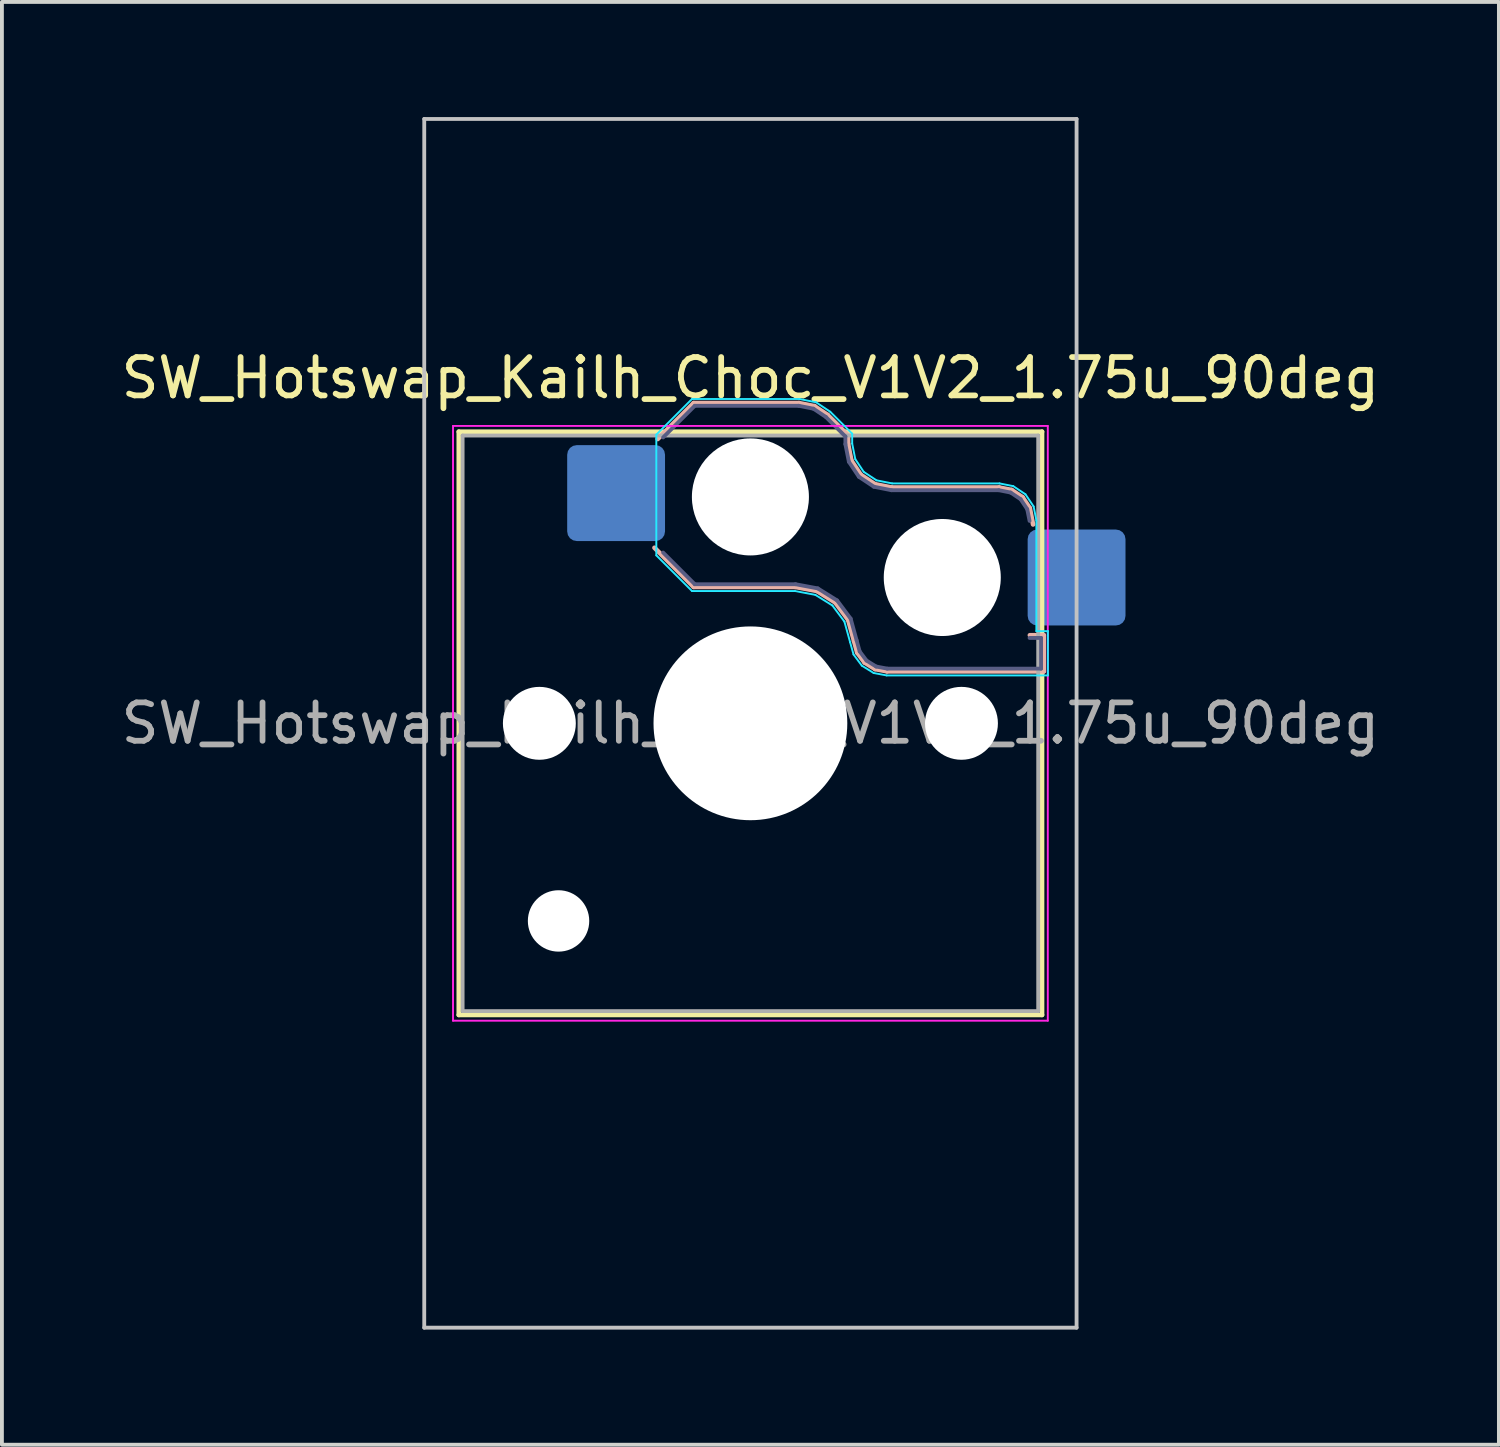
<source format=kicad_pcb>
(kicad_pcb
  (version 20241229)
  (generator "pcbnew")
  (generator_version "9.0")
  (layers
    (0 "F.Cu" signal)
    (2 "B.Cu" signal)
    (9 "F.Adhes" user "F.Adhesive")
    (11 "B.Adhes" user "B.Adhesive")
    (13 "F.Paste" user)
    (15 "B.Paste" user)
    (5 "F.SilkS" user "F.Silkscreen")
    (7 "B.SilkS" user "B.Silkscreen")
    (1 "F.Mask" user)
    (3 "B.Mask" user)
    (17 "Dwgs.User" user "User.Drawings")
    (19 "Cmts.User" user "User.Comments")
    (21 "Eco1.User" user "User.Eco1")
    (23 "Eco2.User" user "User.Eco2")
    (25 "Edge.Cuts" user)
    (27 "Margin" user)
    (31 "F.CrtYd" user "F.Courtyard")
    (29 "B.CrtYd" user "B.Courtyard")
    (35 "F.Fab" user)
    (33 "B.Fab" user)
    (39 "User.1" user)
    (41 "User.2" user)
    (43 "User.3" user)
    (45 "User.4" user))
  (footprint "SW_Hotswap_Kailh_Choc_V1V2_1.75u_90deg"
    (layer "F.Cu")
    (at 16.506 15.8)
    (property "Reference" "SW_Hotswap_Kailh_Choc_V1V2_1.75u_90deg" (at 0 -9 0) (layer "F.SilkS") (effects (font (size 1 1) (thickness 0.15))))
    (attr smd)
    (fp_line (start -7.6 -7.6) (end -7.6 7.6) (stroke (width 0.12) (type solid)) (layer "F.SilkS"))
    (fp_line (start -7.6 7.6) (end 7.6 7.6) (stroke (width 0.12) (type solid)) (layer "F.SilkS"))
    (fp_line (start 7.6 -7.6) (end -7.6 -7.6) (stroke (width 0.12) (type solid)) (layer "F.SilkS"))
    (fp_line (start 7.6 7.6) (end 7.6 -7.6) (stroke (width 0.12) (type solid)) (layer "F.SilkS"))
    (fp_line (start -2.416 -7.409) (end -1.479 -8.346) (stroke (width 0.12) (type solid)) (layer "B.SilkS"))
    (fp_line (start -1.479 -8.346) (end 1.268 -8.346) (stroke (width 0.12) (type solid)) (layer "B.SilkS"))
    (fp_line (start -1.479 -3.554) (end -2.5 -4.575) (stroke (width 0.12) (type solid)) (layer "B.SilkS"))
    (fp_line (start 1.168 -3.554) (end -1.479 -3.554) (stroke (width 0.12) (type solid)) (layer "B.SilkS"))
    (fp_line (start 1.268 -8.346) (end 1.671 -8.266) (stroke (width 0.12) (type solid)) (layer "B.SilkS"))
    (fp_line (start 1.671 -8.266) (end 2.013 -8.037) (stroke (width 0.12) (type solid)) (layer "B.SilkS"))
    (fp_line (start 1.73 -3.449) (end 1.168 -3.554) (stroke (width 0.12) (type solid)) (layer "B.SilkS"))
    (fp_line (start 2.013 -8.037) (end 2.546 -7.504) (stroke (width 0.12) (type solid)) (layer "B.SilkS"))
    (fp_line (start 2.209 -3.15) (end 1.73 -3.449) (stroke (width 0.12) (type solid)) (layer "B.SilkS"))
    (fp_line (start 2.546 -7.504) (end 2.546 -7.282) (stroke (width 0.12) (type solid)) (layer "B.SilkS"))
    (fp_line (start 2.546 -7.282) (end 2.633 -6.844) (stroke (width 0.12) (type solid)) (layer "B.SilkS"))
    (fp_line (start 2.547 -2.697) (end 2.209 -3.15) (stroke (width 0.12) (type solid)) (layer "B.SilkS"))
    (fp_line (start 2.633 -6.844) (end 2.877 -6.477) (stroke (width 0.12) (type solid)) (layer "B.SilkS"))
    (fp_line (start 2.701 -2.139) (end 2.547 -2.697) (stroke (width 0.12) (type solid)) (layer "B.SilkS"))
    (fp_line (start 2.783 -1.841) (end 2.701 -2.139) (stroke (width 0.12) (type solid)) (layer "B.SilkS"))
    (fp_line (start 2.877 -6.477) (end 3.244 -6.233) (stroke (width 0.12) (type solid)) (layer "B.SilkS"))
    (fp_line (start 2.976 -1.583) (end 2.783 -1.841) (stroke (width 0.12) (type solid)) (layer "B.SilkS"))
    (fp_line (start 3.244 -6.233) (end 3.682 -6.146) (stroke (width 0.12) (type solid)) (layer "B.SilkS"))
    (fp_line (start 3.25 -1.413) (end 2.976 -1.583) (stroke (width 0.12) (type solid)) (layer "B.SilkS"))
    (fp_line (start 3.56 -1.354) (end 3.25 -1.413) (stroke (width 0.12) (type solid)) (layer "B.SilkS"))
    (fp_line (start 3.682 -6.146) (end 6.482 -6.146) (stroke (width 0.12) (type solid)) (layer "B.SilkS"))
    (fp_line (start 6.482 -6.146) (end 6.809 -6.081) (stroke (width 0.12) (type solid)) (layer "B.SilkS"))
    (fp_line (start 6.809 -6.081) (end 7.092 -5.892) (stroke (width 0.12) (type solid)) (layer "B.SilkS"))
    (fp_line (start 7.092 -5.892) (end 7.281 -5.609) (stroke (width 0.12) (type solid)) (layer "B.SilkS"))
    (fp_line (start 7.281 -5.609) (end 7.366 -5.182) (stroke (width 0.12) (type solid)) (layer "B.SilkS"))
    (fp_line (start 7.283 -2.296) (end 7.646 -2.296) (stroke (width 0.12) (type solid)) (layer "B.SilkS"))
    (fp_line (start 7.646 -2.296) (end 7.646 -1.354) (stroke (width 0.12) (type solid)) (layer "B.SilkS"))
    (fp_line (start 7.646 -1.354) (end 3.56 -1.354) (stroke (width 0.12) (type solid)) (layer "B.SilkS"))
    (fp_line (start -8.5 -15.75) (end 8.5 -15.75) (stroke (width 0.1) (type solid)) (layer "Dwgs.User"))
    (fp_line (start -8.5 15.75) (end -8.5 -15.75) (stroke (width 0.1) (type solid)) (layer "Dwgs.User"))
    (fp_line (start 8.5 -15.75) (end 8.5 15.75) (stroke (width 0.1) (type solid)) (layer "Dwgs.User"))
    (fp_line (start 8.5 15.75) (end -8.5 15.75) (stroke (width 0.1) (type solid)) (layer "Dwgs.User"))
    (fp_line (start -7.25 -7.25) (end -7.25 7.25) (stroke (width 0.1) (type solid)) (layer "Eco1.User"))
    (fp_line (start -7.25 7.25) (end 7.25 7.25) (stroke (width 0.1) (type solid)) (layer "Eco1.User"))
    (fp_line (start 7.25 -7.25) (end -7.25 -7.25) (stroke (width 0.1) (type solid)) (layer "Eco1.User"))
    (fp_line (start 7.25 7.25) (end 7.25 -7.25) (stroke (width 0.1) (type solid)) (layer "Eco1.User"))
    (fp_line (start -2.452 -7.523) (end -1.523 -8.452) (stroke (width 0.05) (type solid)) (layer "B.CrtYd"))
    (fp_line (start -2.452 -4.377) (end -2.452 -7.523) (stroke (width 0.05) (type solid)) (layer "B.CrtYd"))
    (fp_line (start -1.523 -8.452) (end 1.278 -8.452) (stroke (width 0.05) (type solid)) (layer "B.CrtYd"))
    (fp_line (start -1.523 -3.448) (end -2.452 -4.377) (stroke (width 0.05) (type solid)) (layer "B.CrtYd"))
    (fp_line (start 1.159 -3.448) (end -1.523 -3.448) (stroke (width 0.05) (type solid)) (layer "B.CrtYd"))
    (fp_line (start 1.278 -8.452) (end 1.712 -8.366) (stroke (width 0.05) (type solid)) (layer "B.CrtYd"))
    (fp_line (start 1.691 -3.348) (end 1.159 -3.448) (stroke (width 0.05) (type solid)) (layer "B.CrtYd"))
    (fp_line (start 1.712 -8.366) (end 2.081 -8.119) (stroke (width 0.05) (type solid)) (layer "B.CrtYd"))
    (fp_line (start 2.081 -8.119) (end 2.652 -7.548) (stroke (width 0.05) (type solid)) (layer "B.CrtYd"))
    (fp_line (start 2.136 -3.071) (end 1.691 -3.348) (stroke (width 0.05) (type solid)) (layer "B.CrtYd"))
    (fp_line (start 2.45 -2.65) (end 2.136 -3.071) (stroke (width 0.05) (type solid)) (layer "B.CrtYd"))
    (fp_line (start 2.599 -2.111) (end 2.45 -2.65) (stroke (width 0.05) (type solid)) (layer "B.CrtYd"))
    (fp_line (start 2.652 -7.548) (end 2.652 -7.292) (stroke (width 0.05) (type solid)) (layer "B.CrtYd"))
    (fp_line (start 2.652 -7.292) (end 2.733 -6.885) (stroke (width 0.05) (type solid)) (layer "B.CrtYd"))
    (fp_line (start 2.687 -1.794) (end 2.599 -2.111) (stroke (width 0.05) (type solid)) (layer "B.CrtYd"))
    (fp_line (start 2.733 -6.885) (end 2.953 -6.553) (stroke (width 0.05) (type solid)) (layer "B.CrtYd"))
    (fp_line (start 2.903 -1.503) (end 2.687 -1.794) (stroke (width 0.05) (type solid)) (layer "B.CrtYd"))
    (fp_line (start 2.953 -6.553) (end 3.285 -6.333) (stroke (width 0.05) (type solid)) (layer "B.CrtYd"))
    (fp_line (start 3.211 -1.312) (end 2.903 -1.503) (stroke (width 0.05) (type solid)) (layer "B.CrtYd"))
    (fp_line (start 3.285 -6.333) (end 3.692 -6.252) (stroke (width 0.05) (type solid)) (layer "B.CrtYd"))
    (fp_line (start 3.55 -1.248) (end 3.211 -1.312) (stroke (width 0.05) (type solid)) (layer "B.CrtYd"))
    (fp_line (start 3.692 -6.252) (end 6.492 -6.252) (stroke (width 0.05) (type solid)) (layer "B.CrtYd"))
    (fp_line (start 6.492 -6.252) (end 6.85 -6.181) (stroke (width 0.05) (type solid)) (layer "B.CrtYd"))
    (fp_line (start 6.85 -6.181) (end 7.168 -5.968) (stroke (width 0.05) (type solid)) (layer "B.CrtYd"))
    (fp_line (start 7.168 -5.968) (end 7.381 -5.65) (stroke (width 0.05) (type solid)) (layer "B.CrtYd"))
    (fp_line (start 7.381 -5.65) (end 7.452 -5.292) (stroke (width 0.05) (type solid)) (layer "B.CrtYd"))
    (fp_line (start 7.452 -5.292) (end 7.452 -2.402) (stroke (width 0.05) (type solid)) (layer "B.CrtYd"))
    (fp_line (start 7.452 -2.402) (end 7.752 -2.402) (stroke (width 0.05) (type solid)) (layer "B.CrtYd"))
    (fp_line (start 7.752 -2.402) (end 7.752 -1.248) (stroke (width 0.05) (type solid)) (layer "B.CrtYd"))
    (fp_line (start 7.752 -1.248) (end 3.55 -1.248) (stroke (width 0.05) (type solid)) (layer "B.CrtYd"))
    (fp_line (start -7.75 -7.75) (end -7.75 7.75) (stroke (width 0.05) (type solid)) (layer "F.CrtYd"))
    (fp_line (start -7.75 7.75) (end 7.75 7.75) (stroke (width 0.05) (type solid)) (layer "F.CrtYd"))
    (fp_line (start 7.75 -7.75) (end -7.75 -7.75) (stroke (width 0.05) (type solid)) (layer "F.CrtYd"))
    (fp_line (start 7.75 7.75) (end 7.75 -7.75) (stroke (width 0.05) (type solid)) (layer "F.CrtYd"))
    (fp_line (start -2.275 -7.45) (end -1.45 -8.275) (stroke (width 0.1) (type solid)) (layer "B.Fab"))
    (fp_line (start -1.45 -8.275) (end 1.261 -8.275) (stroke (width 0.1) (type solid)) (layer "B.Fab"))
    (fp_line (start -1.45 -3.625) (end -2.275 -4.45) (stroke (width 0.1) (type solid)) (layer "B.Fab"))
    (fp_line (start 1.175 -3.625) (end -1.45 -3.625) (stroke (width 0.1) (type solid)) (layer "B.Fab"))
    (fp_line (start 1.261 -8.275) (end 1.643 -8.199) (stroke (width 0.1) (type solid)) (layer "B.Fab"))
    (fp_line (start 1.643 -8.199) (end 1.968 -7.982) (stroke (width 0.1) (type solid)) (layer "B.Fab"))
    (fp_line (start 1.756 -3.516) (end 1.175 -3.625) (stroke (width 0.1) (type solid)) (layer "B.Fab"))
    (fp_line (start 1.968 -7.982) (end 2.475 -7.475) (stroke (width 0.1) (type solid)) (layer "B.Fab"))
    (fp_line (start 2.258 -3.203) (end 1.756 -3.516) (stroke (width 0.1) (type solid)) (layer "B.Fab"))
    (fp_line (start 2.475 -7.475) (end 2.475 -7.275) (stroke (width 0.1) (type solid)) (layer "B.Fab"))
    (fp_line (start 2.475 -7.275) (end 2.566 -6.816) (stroke (width 0.1) (type solid)) (layer "B.Fab"))
    (fp_line (start 2.566 -6.816) (end 2.826 -6.426) (stroke (width 0.1) (type solid)) (layer "B.Fab"))
    (fp_line (start 2.612 -2.729) (end 2.258 -3.203) (stroke (width 0.1) (type solid)) (layer "B.Fab"))
    (fp_line (start 2.769 -2.158) (end 2.612 -2.729) (stroke (width 0.1) (type solid)) (layer "B.Fab"))
    (fp_line (start 2.826 -6.426) (end 3.216 -6.166) (stroke (width 0.1) (type solid)) (layer "B.Fab"))
    (fp_line (start 2.848 -1.873) (end 2.769 -2.158) (stroke (width 0.1) (type solid)) (layer "B.Fab"))
    (fp_line (start 3.025 -1.636) (end 2.848 -1.873) (stroke (width 0.1) (type solid)) (layer "B.Fab"))
    (fp_line (start 3.216 -6.166) (end 3.675 -6.075) (stroke (width 0.1) (type solid)) (layer "B.Fab"))
    (fp_line (start 3.276 -1.48) (end 3.025 -1.636) (stroke (width 0.1) (type solid)) (layer "B.Fab"))
    (fp_line (start 3.567 -1.425) (end 3.276 -1.48) (stroke (width 0.1) (type solid)) (layer "B.Fab"))
    (fp_line (start 3.675 -6.075) (end 6.475 -6.075) (stroke (width 0.1) (type solid)) (layer "B.Fab"))
    (fp_line (start 6.475 -6.075) (end 6.781 -6.014) (stroke (width 0.1) (type solid)) (layer "B.Fab"))
    (fp_line (start 6.781 -6.014) (end 7.041 -5.841) (stroke (width 0.1) (type solid)) (layer "B.Fab"))
    (fp_line (start 7.041 -5.841) (end 7.214 -5.581) (stroke (width 0.1) (type solid)) (layer "B.Fab"))
    (fp_line (start 7.214 -5.581) (end 7.275 -5.275) (stroke (width 0.1) (type solid)) (layer "B.Fab"))
    (fp_line (start 7.275 -2.225) (end 7.575 -2.225) (stroke (width 0.1) (type solid)) (layer "B.Fab"))
    (fp_line (start 7.575 -2.225) (end 7.575 -1.425) (stroke (width 0.1) (type solid)) (layer "B.Fab"))
    (fp_line (start 7.575 -1.425) (end 3.567 -1.425) (stroke (width 0.1) (type solid)) (layer "B.Fab"))
    (fp_line (start -7.5 -7.5) (end -7.5 7.5) (stroke (width 0.1) (type solid)) (layer "F.Fab"))
    (fp_line (start -7.5 7.5) (end 7.5 7.5) (stroke (width 0.1) (type solid)) (layer "F.Fab"))
    (fp_line (start 7.5 -7.5) (end -7.5 -7.5) (stroke (width 0.1) (type solid)) (layer "F.Fab"))
    (fp_line (start 7.5 7.5) (end 7.5 -7.5) (stroke (width 0.1) (type solid)) (layer "F.Fab"))
    (fp_text user "${REFERENCE}" (at 0 0 0) (layer "F.Fab") (effects (font (size 1 1) (thickness 0.15))))
    (pad "" np_thru_hole circle (at -5.5 0) (size 1.9 1.9) (drill 1.9) (layers "*.Cu" "*.Mask"))
    (pad "" np_thru_hole circle (at -5 5.15) (size 1.6 1.6) (drill 1.6) (layers "*.Cu" "*.Mask"))
    (pad "" np_thru_hole circle (at 0 -5.9) (size 3.05 3.05) (drill 3.05) (layers "*.Cu" "*.Mask"))
    (pad "" np_thru_hole circle (at 0 0) (size 5.05 5.05) (drill 5.05) (layers "*.Cu" "*.Mask"))
    (pad "" np_thru_hole circle (at 5 -3.8) (size 3.05 3.05) (drill 3.05) (layers "*.Cu" "*.Mask"))
    (pad "" np_thru_hole circle (at 5.5 0) (size 1.9 1.9) (drill 1.9) (layers "*.Cu" "*.Mask"))
    (pad "1" smd roundrect (at -3.5 -6) (size 2.55 2.5) (layers "B.Cu" "B.Mask" "B.Paste") (roundrect_rratio 0.1))
    (pad "2" smd roundrect (at 8.5 -3.8) (size 2.55 2.5) (layers "B.Cu" "B.Mask" "B.Paste") (roundrect_rratio 0.1)))
  (gr_rect
    (start -3 -3)
    (end 36.012 34.6)
    (stroke (width 0.1) (type default))
    (fill no)
    (layer "Edge.Cuts")))
</source>
